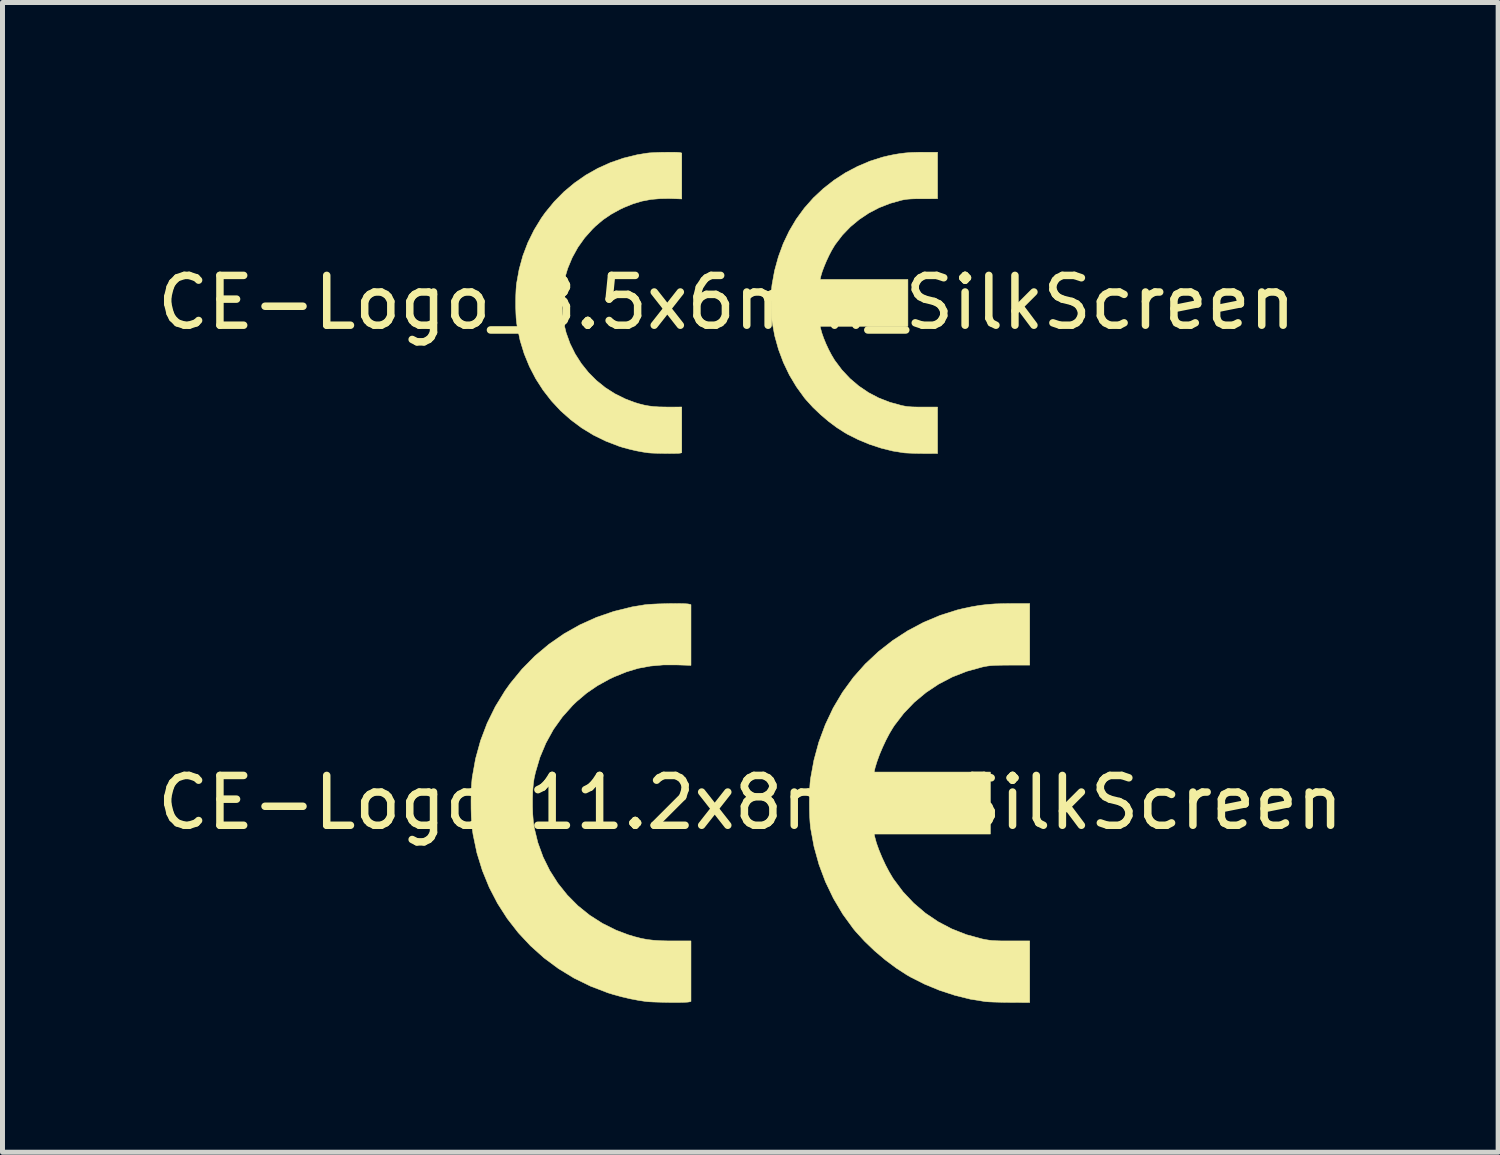
<source format=kicad_pcb>
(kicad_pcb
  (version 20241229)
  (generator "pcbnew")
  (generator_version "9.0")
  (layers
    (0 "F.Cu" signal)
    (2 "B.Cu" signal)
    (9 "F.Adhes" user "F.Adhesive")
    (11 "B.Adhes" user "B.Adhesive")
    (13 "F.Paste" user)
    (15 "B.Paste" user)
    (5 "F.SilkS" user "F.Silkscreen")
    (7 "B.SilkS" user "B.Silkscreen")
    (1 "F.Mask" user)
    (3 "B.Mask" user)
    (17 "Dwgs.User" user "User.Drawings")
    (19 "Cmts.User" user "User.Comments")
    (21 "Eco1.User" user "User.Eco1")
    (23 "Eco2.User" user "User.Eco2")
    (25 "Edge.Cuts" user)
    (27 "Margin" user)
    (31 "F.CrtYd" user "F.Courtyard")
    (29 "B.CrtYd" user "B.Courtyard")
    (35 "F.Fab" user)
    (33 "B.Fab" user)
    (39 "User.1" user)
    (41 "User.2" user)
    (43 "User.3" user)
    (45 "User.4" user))
  (footprint "CE-Logo_8.5x6mm_SilkScreen"
    (layer "F.Cu")
    (at 11.53 3.021)
    (property "Reference" "CE-Logo_8.5x6mm_SilkScreen" (at 0 0 0) (layer "F.SilkS") (effects (font (size 1 1) (thickness 0.15))))
    (attr exclude_from_pos_files exclude_from_bom allow_missing_courtyard)
    (fp_poly (pts (xy -1.061 -3.016) (xy -0.996 -3.014) (xy -0.95 -3.011) (xy -0.929 -3.008) (xy -0.9 -3) (xy -0.9 -2.079) (xy -1.109 -2.087) (xy -1.319 -2.086) (xy -1.513 -2.07) (xy -1.698 -2.035) (xy -1.878 -1.981) (xy -2.061 -1.907) (xy -2.137 -1.871) (xy -2.317 -1.772) (xy -2.48 -1.661) (xy -2.632 -1.532) (xy -2.691 -1.474) (xy -2.848 -1.299) (xy -2.984 -1.108) (xy -3.097 -0.904) (xy -3.188 -0.686) (xy -3.257 -0.456) (xy -3.277 -0.364) (xy -3.289 -0.28) (xy -3.297 -0.177) (xy -3.301 -0.062) (xy -3.301 0.057) (xy -3.297 0.174) (xy -3.289 0.281) (xy -3.277 0.37) (xy -3.276 0.377) (xy -3.22 0.606) (xy -3.141 0.824) (xy -3.039 1.03) (xy -2.916 1.223) (xy -2.774 1.401) (xy -2.614 1.562) (xy -2.436 1.706) (xy -2.242 1.83) (xy -2.034 1.933) (xy -1.851 2.003) (xy -1.748 2.034) (xy -1.653 2.058) (xy -1.56 2.075) (xy -1.463 2.087) (xy -1.355 2.094) (xy -1.229 2.096) (xy -1.174 2.097) (xy -0.9 2.096) (xy -0.9 3.013) (xy -0.929 3.021) (xy -0.955 3.024) (xy -1.002 3.026) (xy -1.065 3.027) (xy -1.141 3.028) (xy -1.224 3.027) (xy -1.309 3.026) (xy -1.391 3.024) (xy -1.466 3.022) (xy -1.528 3.019) (xy -1.574 3.015) (xy -1.574 3.015) (xy -1.687 2.998) (xy -1.815 2.974) (xy -1.947 2.943) (xy -2.075 2.909) (xy -2.156 2.884) (xy -2.421 2.782) (xy -2.671 2.66) (xy -2.907 2.516) (xy -3.127 2.352) (xy -3.331 2.171) (xy -3.516 1.972) (xy -3.683 1.757) (xy -3.83 1.528) (xy -3.956 1.285) (xy -4.061 1.029) (xy -4.143 0.762) (xy -4.201 0.486) (xy -4.214 0.397) (xy -4.223 0.312) (xy -4.228 0.208) (xy -4.232 0.092) (xy -4.232 -0.029) (xy -4.23 -0.148) (xy -4.225 -0.258) (xy -4.218 -0.352) (xy -4.214 -0.384) (xy -4.163 -0.666) (xy -4.088 -0.939) (xy -3.988 -1.202) (xy -3.864 -1.454) (xy -3.717 -1.695) (xy -3.638 -1.806) (xy -3.46 -2.023) (xy -3.264 -2.222) (xy -3.051 -2.4) (xy -2.824 -2.558) (xy -2.583 -2.694) (xy -2.33 -2.808) (xy -2.066 -2.899) (xy -1.792 -2.966) (xy -1.601 -2.997) (xy -1.549 -3.003) (xy -1.48 -3.007) (xy -1.399 -3.011) (xy -1.312 -3.014) (xy -1.224 -3.015) (xy -1.138 -3.016) (xy -1.061 -3.016)) (stroke (width 0.01) (type solid)) (fill yes) (layer "F.SilkS"))
    (fp_poly (pts (xy 4.233 -2.084) (xy 3.939 -2.083) (xy 3.837 -2.083) (xy 3.756 -2.082) (xy 3.692 -2.079) (xy 3.638 -2.075) (xy 3.591 -2.069) (xy 3.544 -2.061) (xy 3.51 -2.054) (xy 3.281 -1.99) (xy 3.061 -1.904) (xy 2.854 -1.796) (xy 2.661 -1.667) (xy 2.484 -1.52) (xy 2.324 -1.354) (xy 2.184 -1.171) (xy 2.16 -1.134) (xy 2.108 -1.047) (xy 2.055 -0.945) (xy 2.004 -0.836) (xy 1.958 -0.726) (xy 1.919 -0.623) (xy 1.892 -0.532) (xy 1.886 -0.506) (xy 1.876 -0.463) (xy 3.638 -0.463) (xy 3.638 0.476) (xy 1.876 0.476) (xy 1.886 0.519) (xy 1.911 0.611) (xy 1.948 0.716) (xy 1.995 0.83) (xy 2.048 0.944) (xy 2.105 1.052) (xy 2.161 1.146) (xy 2.17 1.16) (xy 2.314 1.352) (xy 2.475 1.524) (xy 2.653 1.675) (xy 2.846 1.806) (xy 3.054 1.915) (xy 3.275 2.001) (xy 3.508 2.065) (xy 3.514 2.066) (xy 3.567 2.077) (xy 3.615 2.085) (xy 3.665 2.09) (xy 3.721 2.094) (xy 3.789 2.096) (xy 3.875 2.097) (xy 3.946 2.097) (xy 4.233 2.097) (xy 4.233 3.029) (xy 3.946 3.028) (xy 3.854 3.027) (xy 3.764 3.025) (xy 3.682 3.022) (xy 3.614 3.019) (xy 3.566 3.016) (xy 3.559 3.015) (xy 3.333 2.979) (xy 3.101 2.921) (xy 2.869 2.845) (xy 2.644 2.752) (xy 2.43 2.645) (xy 2.375 2.613) (xy 2.211 2.508) (xy 2.045 2.384) (xy 1.883 2.246) (xy 1.732 2.102) (xy 1.599 1.956) (xy 1.562 1.912) (xy 1.401 1.69) (xy 1.259 1.452) (xy 1.139 1.201) (xy 1.041 0.939) (xy 0.965 0.667) (xy 0.914 0.389) (xy 0.912 0.37) (xy 0.905 0.299) (xy 0.9 0.208) (xy 0.897 0.105) (xy 0.896 -0.004) (xy 0.897 -0.112) (xy 0.9 -0.213) (xy 0.905 -0.299) (xy 0.911 -0.357) (xy 0.963 -0.642) (xy 1.039 -0.918) (xy 1.136 -1.182) (xy 1.256 -1.434) (xy 1.397 -1.672) (xy 1.559 -1.894) (xy 1.562 -1.898) (xy 1.742 -2.101) (xy 1.941 -2.287) (xy 2.157 -2.456) (xy 2.386 -2.605) (xy 2.628 -2.732) (xy 2.878 -2.838) (xy 3.134 -2.919) (xy 3.235 -2.943) (xy 3.359 -2.969) (xy 3.474 -2.988) (xy 3.588 -3.002) (xy 3.707 -3.011) (xy 3.841 -3.015) (xy 3.952 -3.016) (xy 4.233 -3.016) (xy 4.233 -2.084)) (stroke (width 0.01) (type solid)) (fill yes) (layer "F.SilkS")))
  (footprint "CE-Logo_11.2x8mm_SilkScreen"
    (layer "F.Cu")
    (at 12.006 13.055)
    (property "Reference" "CE-Logo_11.2x8mm_SilkScreen" (at 0 0 0) (layer "F.SilkS") (effects (font (size 1 1) (thickness 0.15))))
    (attr exclude_from_pos_files exclude_from_bom)
    (fp_poly (pts (xy -1.405 -3.993) (xy -1.319 -3.991) (xy -1.258 -3.987) (xy -1.231 -3.983) (xy -1.191 -3.972) (xy -1.191 -2.754) (xy -1.469 -2.763) (xy -1.746 -2.763) (xy -2.004 -2.74) (xy -2.248 -2.695) (xy -2.487 -2.623) (xy -2.729 -2.525) (xy -2.829 -2.478) (xy -3.068 -2.346) (xy -3.283 -2.199) (xy -3.485 -2.028) (xy -3.564 -1.952) (xy -3.771 -1.72) (xy -3.951 -1.468) (xy -4.101 -1.196) (xy -4.222 -0.908) (xy -4.312 -0.604) (xy -4.339 -0.482) (xy -4.355 -0.37) (xy -4.366 -0.234) (xy -4.371 -0.082) (xy -4.371 0.076) (xy -4.366 0.23) (xy -4.355 0.372) (xy -4.339 0.49) (xy -4.338 0.499) (xy -4.264 0.802) (xy -4.159 1.091) (xy -4.024 1.364) (xy -3.862 1.619) (xy -3.673 1.855) (xy -3.461 2.069) (xy -3.225 2.259) (xy -2.969 2.423) (xy -2.694 2.56) (xy -2.451 2.652) (xy -2.314 2.693) (xy -2.189 2.725) (xy -2.066 2.748) (xy -1.937 2.763) (xy -1.794 2.772) (xy -1.628 2.776) (xy -1.555 2.776) (xy -1.191 2.776) (xy -1.191 3.99) (xy -1.231 4) (xy -1.264 4.004) (xy -1.326 4.007) (xy -1.411 4.009) (xy -1.511 4.009) (xy -1.621 4.009) (xy -1.733 4.007) (xy -1.842 4.004) (xy -1.941 4.001) (xy -2.024 3.997) (xy -2.084 3.992) (xy -2.085 3.992) (xy -2.234 3.97) (xy -2.403 3.938) (xy -2.579 3.897) (xy -2.747 3.851) (xy -2.855 3.818) (xy -3.205 3.684) (xy -3.537 3.522) (xy -3.85 3.331) (xy -4.141 3.115) (xy -4.41 2.874) (xy -4.656 2.611) (xy -4.877 2.327) (xy -5.072 2.023) (xy -5.239 1.701) (xy -5.377 1.363) (xy -5.486 1.01) (xy -5.563 0.643) (xy -5.58 0.526) (xy -5.591 0.413) (xy -5.599 0.276) (xy -5.603 0.122) (xy -5.604 -0.039) (xy -5.601 -0.196) (xy -5.595 -0.342) (xy -5.585 -0.465) (xy -5.58 -0.508) (xy -5.513 -0.882) (xy -5.413 -1.244) (xy -5.281 -1.592) (xy -5.117 -1.926) (xy -4.922 -2.244) (xy -4.817 -2.391) (xy -4.581 -2.679) (xy -4.322 -2.942) (xy -4.04 -3.178) (xy -3.739 -3.387) (xy -3.42 -3.567) (xy -3.085 -3.718) (xy -2.735 -3.838) (xy -2.373 -3.927) (xy -2.12 -3.969) (xy -2.051 -3.976) (xy -1.959 -3.982) (xy -1.853 -3.987) (xy -1.738 -3.99) (xy -1.62 -3.993) (xy -1.507 -3.994) (xy -1.405 -3.993)) (stroke (width 0.01) (type solid)) (fill yes) (layer "F.SilkS"))
    (fp_poly (pts (xy 5.606 -3.376) (xy 5.606 -2.759) (xy 5.216 -2.759) (xy 5.081 -2.758) (xy 4.974 -2.756) (xy 4.889 -2.753) (xy 4.818 -2.748) (xy 4.755 -2.74) (xy 4.693 -2.729) (xy 4.648 -2.719) (xy 4.344 -2.635) (xy 4.053 -2.521) (xy 3.779 -2.378) (xy 3.524 -2.208) (xy 3.289 -2.012) (xy 3.078 -1.792) (xy 2.892 -1.55) (xy 2.86 -1.501) (xy 2.791 -1.386) (xy 2.721 -1.252) (xy 2.653 -1.107) (xy 2.592 -0.962) (xy 2.542 -0.824) (xy 2.505 -0.704) (xy 2.497 -0.67) (xy 2.485 -0.613) (xy 4.817 -0.613) (xy 4.817 0.631) (xy 2.485 0.631) (xy 2.497 0.688) (xy 2.53 0.809) (xy 2.58 0.949) (xy 2.642 1.099) (xy 2.712 1.25) (xy 2.787 1.392) (xy 2.861 1.517) (xy 2.874 1.536) (xy 3.064 1.79) (xy 3.278 2.017) (xy 3.513 2.218) (xy 3.769 2.391) (xy 4.044 2.535) (xy 4.336 2.65) (xy 4.645 2.734) (xy 4.653 2.736) (xy 4.723 2.75) (xy 4.787 2.76) (xy 4.852 2.768) (xy 4.927 2.772) (xy 5.017 2.775) (xy 5.131 2.776) (xy 5.225 2.776) (xy 5.606 2.776) (xy 5.606 4.011) (xy 5.225 4.009) (xy 5.103 4.008) (xy 4.984 4.005) (xy 4.876 4.002) (xy 4.786 3.998) (xy 4.721 3.993) (xy 4.712 3.992) (xy 4.414 3.944) (xy 4.107 3.868) (xy 3.8 3.768) (xy 3.501 3.645) (xy 3.218 3.502) (xy 3.144 3.46) (xy 2.928 3.32) (xy 2.708 3.156) (xy 2.494 2.975) (xy 2.294 2.783) (xy 2.117 2.59) (xy 2.068 2.531) (xy 1.855 2.238) (xy 1.668 1.923) (xy 1.508 1.59) (xy 1.378 1.243) (xy 1.278 0.883) (xy 1.21 0.515) (xy 1.207 0.49) (xy 1.198 0.396) (xy 1.191 0.275) (xy 1.187 0.139) (xy 1.186 -0.005) (xy 1.188 -0.148) (xy 1.192 -0.282) (xy 1.199 -0.396) (xy 1.207 -0.473) (xy 1.276 -0.85) (xy 1.375 -1.215) (xy 1.505 -1.565) (xy 1.663 -1.899) (xy 1.85 -2.214) (xy 2.064 -2.507) (xy 2.068 -2.513) (xy 2.307 -2.782) (xy 2.571 -3.029) (xy 2.856 -3.252) (xy 3.16 -3.449) (xy 3.479 -3.618) (xy 3.81 -3.757) (xy 4.15 -3.865) (xy 4.283 -3.897) (xy 4.447 -3.931) (xy 4.6 -3.957) (xy 4.75 -3.975) (xy 4.909 -3.987) (xy 5.086 -3.992) (xy 5.233 -3.994) (xy 5.606 -3.994) (xy 5.606 -3.376)) (stroke (width 0.01) (type solid)) (fill yes) (layer "F.SilkS")))
  (gr_rect
    (start -3 -3)
    (end 27.012 20.071)
    (stroke (width 0.1) (type default))
    (fill no)
    (layer "Edge.Cuts")))
</source>
